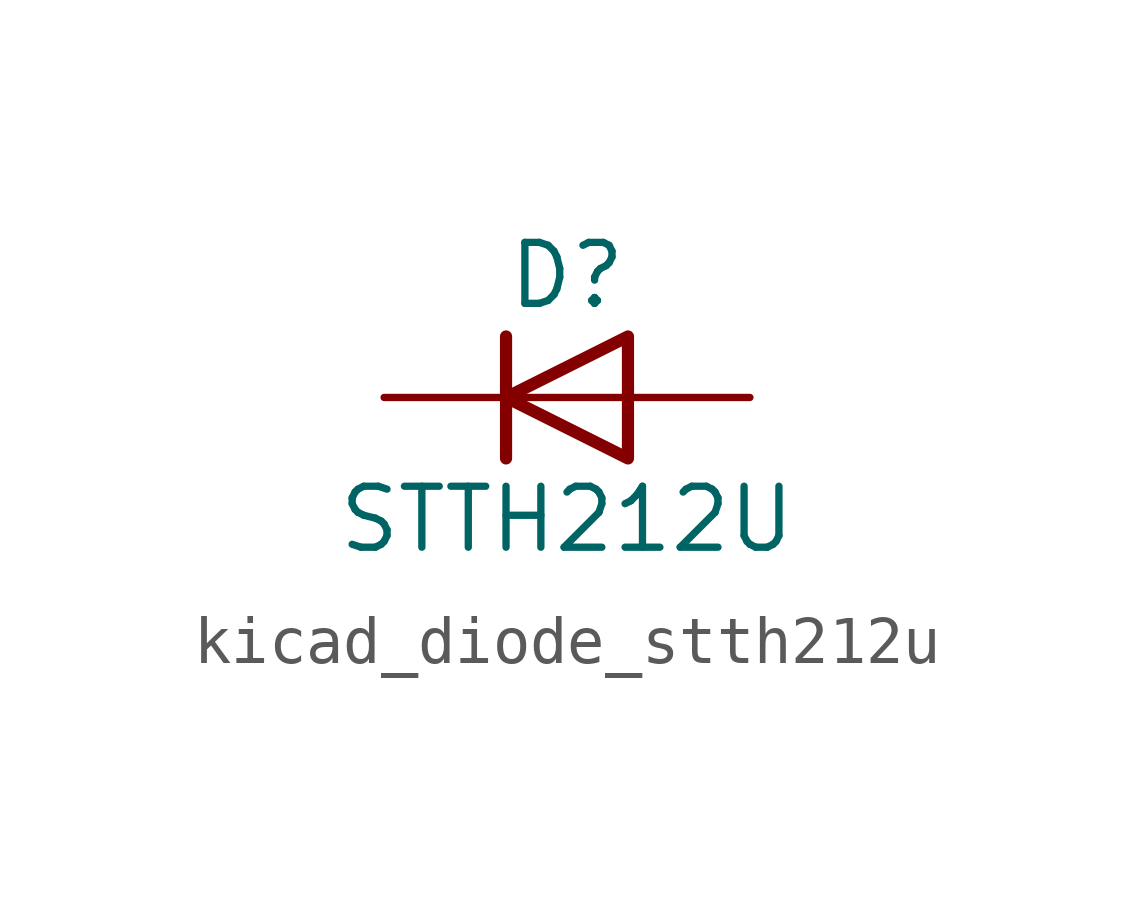
<source format=kicad_sym>
(kicad_symbol_lib
  (version 20220914)
  (generator kicad_symbol_editor)
  (symbol "kicad_diode_stth212u"
    (pin_numbers hide)
    (pin_names hide)
    (property "Reference" "D"
      (at 0 2.54 0)
      (effects (font (size 1.27 1.27))))
    (property "Value" "STTH212U"
      (at 0 -2.54 0)
      (effects (font (size 1.27 1.27))))
    (symbol "kicad_diode_stth212u_0_1"
      (polyline (pts (xy -1.27 1.27) (xy -1.27 -1.27)) (stroke (width 0.254) (type default)) (fill (type none)))
      (polyline (pts (xy 1.27 0) (xy -1.27 0)) (stroke (width 0) (type default)) (fill (type none)))
      (polyline (pts (xy 1.27 1.27) (xy 1.27 -1.27) (xy -1.27 0) (xy 1.27 1.27)) (stroke (width 0.254) (type default)) (fill (type none))))
    (symbol "kicad_diode_stth212u_1_1"
      (pin passive line (at -3.81 0 0) (length 2.54) (name "K" (effects (font (size 1.27 1.27)))) (number "1" (effects (font (size 1.27 1.27)))))
      (pin passive line (at 3.81 0 180) (length 2.54) (name "A" (effects (font (size 1.27 1.27)))) (number "2" (effects (font (size 1.27 1.27))))))))
</source>
